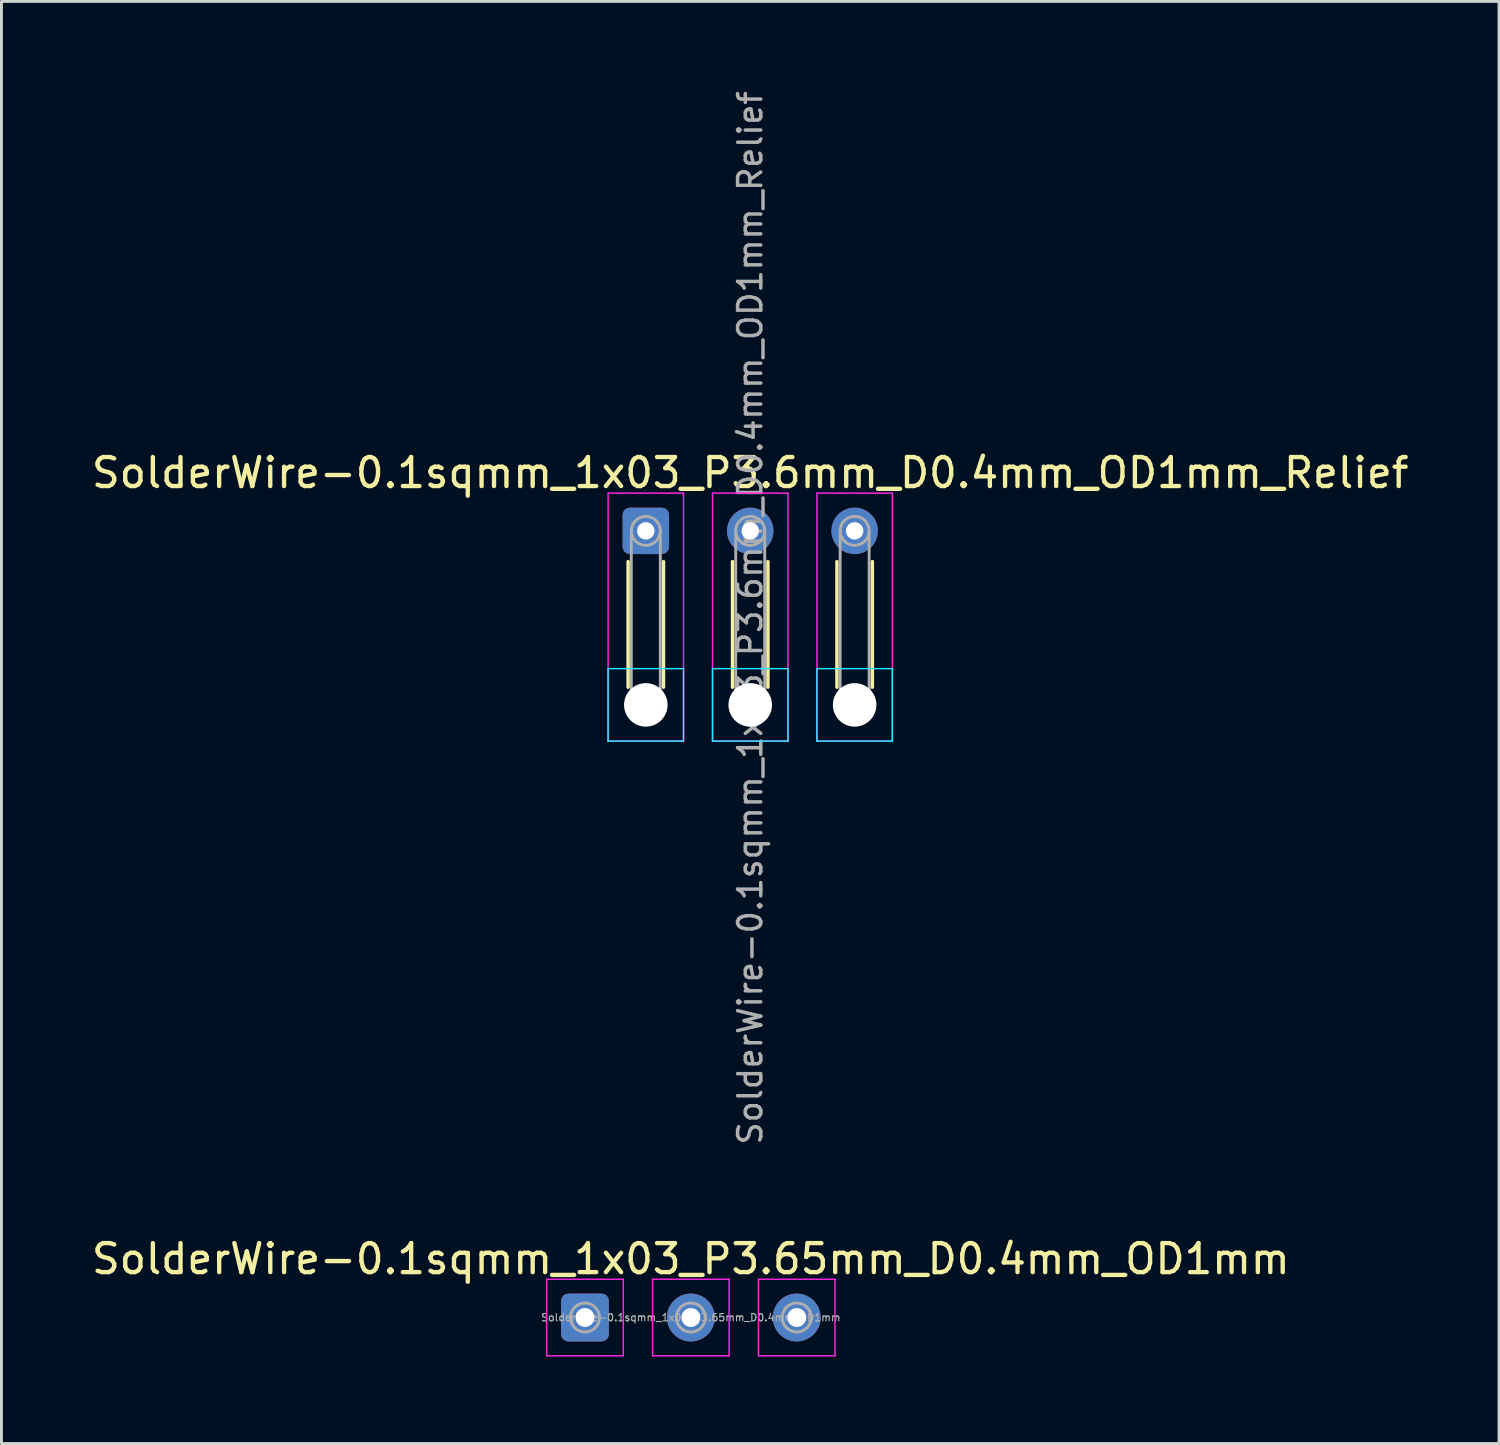
<source format=kicad_pcb>
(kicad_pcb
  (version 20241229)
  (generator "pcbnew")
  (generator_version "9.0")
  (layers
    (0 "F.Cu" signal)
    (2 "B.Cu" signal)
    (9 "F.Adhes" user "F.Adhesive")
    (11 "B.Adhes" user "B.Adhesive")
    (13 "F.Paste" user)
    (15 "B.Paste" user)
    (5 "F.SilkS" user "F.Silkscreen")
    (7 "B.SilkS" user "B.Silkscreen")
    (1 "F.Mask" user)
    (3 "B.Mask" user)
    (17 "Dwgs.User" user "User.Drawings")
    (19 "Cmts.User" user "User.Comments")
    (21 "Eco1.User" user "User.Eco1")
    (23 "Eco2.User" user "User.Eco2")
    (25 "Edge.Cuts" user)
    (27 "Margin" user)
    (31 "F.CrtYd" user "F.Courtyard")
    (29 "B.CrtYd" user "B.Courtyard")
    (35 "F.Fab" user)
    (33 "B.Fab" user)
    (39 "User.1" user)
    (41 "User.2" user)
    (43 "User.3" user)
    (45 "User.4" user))
  (footprint "SolderWire-0.1sqmm_1x03_P3.65mm_D0.4mm_OD1mm"
    (layer "F.Cu")
    (at 17.118 42.373)
    (property "Reference" "SolderWire-0.1sqmm_1x03_P3.65mm_D0.4mm_OD1mm" (at 3.65 -2.02 0) (layer "F.SilkS") (effects (font (size 1 1) (thickness 0.15))))
    (attr exclude_from_pos_files exclude_from_bom)
    (fp_line (start -1.32 -1.32) (end -1.32 1.32) (stroke (width 0.05) (type solid)) (layer "F.CrtYd"))
    (fp_line (start -1.32 1.32) (end 1.32 1.32) (stroke (width 0.05) (type solid)) (layer "F.CrtYd"))
    (fp_line (start 1.32 -1.32) (end -1.32 -1.32) (stroke (width 0.05) (type solid)) (layer "F.CrtYd"))
    (fp_line (start 1.32 1.32) (end 1.32 -1.32) (stroke (width 0.05) (type solid)) (layer "F.CrtYd"))
    (fp_line (start 2.33 -1.32) (end 2.33 1.32) (stroke (width 0.05) (type solid)) (layer "F.CrtYd"))
    (fp_line (start 2.33 1.32) (end 4.97 1.32) (stroke (width 0.05) (type solid)) (layer "F.CrtYd"))
    (fp_line (start 4.97 -1.32) (end 2.33 -1.32) (stroke (width 0.05) (type solid)) (layer "F.CrtYd"))
    (fp_line (start 4.97 1.32) (end 4.97 -1.32) (stroke (width 0.05) (type solid)) (layer "F.CrtYd"))
    (fp_line (start 5.98 -1.32) (end 5.98 1.32) (stroke (width 0.05) (type solid)) (layer "F.CrtYd"))
    (fp_line (start 5.98 1.32) (end 8.62 1.32) (stroke (width 0.05) (type solid)) (layer "F.CrtYd"))
    (fp_line (start 8.62 -1.32) (end 5.98 -1.32) (stroke (width 0.05) (type solid)) (layer "F.CrtYd"))
    (fp_line (start 8.62 1.32) (end 8.62 -1.32) (stroke (width 0.05) (type solid)) (layer "F.CrtYd"))
    (fp_circle (center 0 0) (end 0.5 0) (stroke (width 0.1) (type solid)) (fill no) (layer "F.Fab"))
    (fp_circle (center 3.65 0) (end 4.15 0) (stroke (width 0.1) (type solid)) (fill no) (layer "F.Fab"))
    (fp_circle (center 7.3 0) (end 7.8 0) (stroke (width 0.1) (type solid)) (fill no) (layer "F.Fab"))
    (fp_text user "${REFERENCE}" (at 3.65 0 0) (layer "F.Fab") (effects (font (size 0.25 0.25) (thickness 0.04))))
    (pad "1" thru_hole roundrect (at 0 0) (size 1.65 1.65) (drill 0.65) (layers "*.Cu" "*.Mask") (roundrect_rratio 0.152))
    (pad "2" thru_hole circle (at 3.65 0) (size 1.65 1.65) (drill 0.65) (layers "*.Cu" "*.Mask"))
    (pad "3" thru_hole circle (at 7.3 0) (size 1.65 1.65) (drill 0.65) (layers "*.Cu" "*.Mask")))
  (footprint "SolderWire-0.1sqmm_1x03_P3.6mm_D0.4mm_OD1mm_Relief"
    (layer "F.Cu")
    (at 19.215 15.252)
    (property "Reference" "SolderWire-0.1sqmm_1x03_P3.6mm_D0.4mm_OD1mm_Relief" (at 3.6 -2 0) (layer "F.SilkS") (effects (font (size 1 1) (thickness 0.15))))
    (attr exclude_from_pos_files exclude_from_bom)
    (fp_line (start -0.61 1.06) (end -0.61 5.39) (stroke (width 0.12) (type solid)) (layer "F.SilkS"))
    (fp_line (start 0.61 1.06) (end 0.61 5.39) (stroke (width 0.12) (type solid)) (layer "F.SilkS"))
    (fp_line (start 2.99 1.06) (end 2.99 5.39) (stroke (width 0.12) (type solid)) (layer "F.SilkS"))
    (fp_line (start 4.21 1.06) (end 4.21 5.39) (stroke (width 0.12) (type solid)) (layer "F.SilkS"))
    (fp_line (start 6.59 1.06) (end 6.59 5.39) (stroke (width 0.12) (type solid)) (layer "F.SilkS"))
    (fp_line (start 7.81 1.06) (end 7.81 5.39) (stroke (width 0.12) (type solid)) (layer "F.SilkS"))
    (fp_line (start -1.3 4.75) (end -1.3 7.25) (stroke (width 0.05) (type solid)) (layer "B.CrtYd"))
    (fp_line (start -1.3 7.25) (end 1.3 7.25) (stroke (width 0.05) (type solid)) (layer "B.CrtYd"))
    (fp_line (start 1.3 4.75) (end -1.3 4.75) (stroke (width 0.05) (type solid)) (layer "B.CrtYd"))
    (fp_line (start 1.3 7.25) (end 1.3 4.75) (stroke (width 0.05) (type solid)) (layer "B.CrtYd"))
    (fp_line (start 2.3 4.75) (end 2.3 7.25) (stroke (width 0.05) (type solid)) (layer "B.CrtYd"))
    (fp_line (start 2.3 7.25) (end 4.9 7.25) (stroke (width 0.05) (type solid)) (layer "B.CrtYd"))
    (fp_line (start 4.9 4.75) (end 2.3 4.75) (stroke (width 0.05) (type solid)) (layer "B.CrtYd"))
    (fp_line (start 4.9 7.25) (end 4.9 4.75) (stroke (width 0.05) (type solid)) (layer "B.CrtYd"))
    (fp_line (start 5.9 4.75) (end 5.9 7.25) (stroke (width 0.05) (type solid)) (layer "B.CrtYd"))
    (fp_line (start 5.9 7.25) (end 8.5 7.25) (stroke (width 0.05) (type solid)) (layer "B.CrtYd"))
    (fp_line (start 8.5 4.75) (end 5.9 4.75) (stroke (width 0.05) (type solid)) (layer "B.CrtYd"))
    (fp_line (start 8.5 7.25) (end 8.5 4.75) (stroke (width 0.05) (type solid)) (layer "B.CrtYd"))
    (fp_line (start -1.3 -1.3) (end -1.3 7.25) (stroke (width 0.05) (type solid)) (layer "F.CrtYd"))
    (fp_line (start -1.3 7.25) (end 1.3 7.25) (stroke (width 0.05) (type solid)) (layer "F.CrtYd"))
    (fp_line (start 1.3 -1.3) (end -1.3 -1.3) (stroke (width 0.05) (type solid)) (layer "F.CrtYd"))
    (fp_line (start 1.3 7.25) (end 1.3 -1.3) (stroke (width 0.05) (type solid)) (layer "F.CrtYd"))
    (fp_line (start 2.3 -1.3) (end 2.3 7.25) (stroke (width 0.05) (type solid)) (layer "F.CrtYd"))
    (fp_line (start 2.3 7.25) (end 4.9 7.25) (stroke (width 0.05) (type solid)) (layer "F.CrtYd"))
    (fp_line (start 4.9 -1.3) (end 2.3 -1.3) (stroke (width 0.05) (type solid)) (layer "F.CrtYd"))
    (fp_line (start 4.9 7.25) (end 4.9 -1.3) (stroke (width 0.05) (type solid)) (layer "F.CrtYd"))
    (fp_line (start 5.9 -1.3) (end 5.9 7.25) (stroke (width 0.05) (type solid)) (layer "F.CrtYd"))
    (fp_line (start 5.9 7.25) (end 8.5 7.25) (stroke (width 0.05) (type solid)) (layer "F.CrtYd"))
    (fp_line (start 8.5 -1.3) (end 5.9 -1.3) (stroke (width 0.05) (type solid)) (layer "F.CrtYd"))
    (fp_line (start 8.5 7.25) (end 8.5 -1.3) (stroke (width 0.05) (type solid)) (layer "F.CrtYd"))
    (fp_line (start -0.5 0) (end -0.5 6) (stroke (width 0.1) (type solid)) (layer "F.Fab"))
    (fp_line (start 0.5 0) (end 0.5 6) (stroke (width 0.1) (type solid)) (layer "F.Fab"))
    (fp_line (start 3.1 0) (end 3.1 6) (stroke (width 0.1) (type solid)) (layer "F.Fab"))
    (fp_line (start 4.1 0) (end 4.1 6) (stroke (width 0.1) (type solid)) (layer "F.Fab"))
    (fp_line (start 6.7 0) (end 6.7 6) (stroke (width 0.1) (type solid)) (layer "F.Fab"))
    (fp_line (start 7.7 0) (end 7.7 6) (stroke (width 0.1) (type solid)) (layer "F.Fab"))
    (fp_circle (center 0 0) (end 0.5 0) (stroke (width 0.1) (type solid)) (fill no) (layer "F.Fab"))
    (fp_circle (center 0 6) (end 0.5 6) (stroke (width 0.1) (type solid)) (fill no) (layer "F.Fab"))
    (fp_circle (center 3.6 0) (end 4.1 0) (stroke (width 0.1) (type solid)) (fill no) (layer "F.Fab"))
    (fp_circle (center 3.6 6) (end 4.1 6) (stroke (width 0.1) (type solid)) (fill no) (layer "F.Fab"))
    (fp_circle (center 7.2 0) (end 7.7 0) (stroke (width 0.1) (type solid)) (fill no) (layer "F.Fab"))
    (fp_circle (center 7.2 6) (end 7.7 6) (stroke (width 0.1) (type solid)) (fill no) (layer "F.Fab"))
    (fp_text user "${REFERENCE}" (at 3.6 3 90) (layer "F.Fab") (effects (font (size 0.8 0.8) (thickness 0.12))))
    (pad "" np_thru_hole circle (at 0 6) (size 1.5 1.5) (drill 1.5) (layers "*.Cu" "*.Mask"))
    (pad "" np_thru_hole circle (at 3.6 6) (size 1.5 1.5) (drill 1.5) (layers "*.Cu" "*.Mask"))
    (pad "" np_thru_hole circle (at 7.2 6) (size 1.5 1.5) (drill 1.5) (layers "*.Cu" "*.Mask"))
    (pad "1" thru_hole roundrect (at 0 0) (size 1.6 1.6) (drill 0.6) (layers "*.Cu" "*.Mask") (roundrect_rratio 0.156))
    (pad "2" thru_hole circle (at 3.6 0) (size 1.6 1.6) (drill 0.6) (layers "*.Cu" "*.Mask"))
    (pad "3" thru_hole circle (at 7.2 0) (size 1.6 1.6) (drill 0.6) (layers "*.Cu" "*.Mask")))
  (gr_rect
    (start -3 -3)
    (end 48.631 46.718)
    (stroke (width 0.1) (type default))
    (fill no)
    (layer "Edge.Cuts")))
</source>
